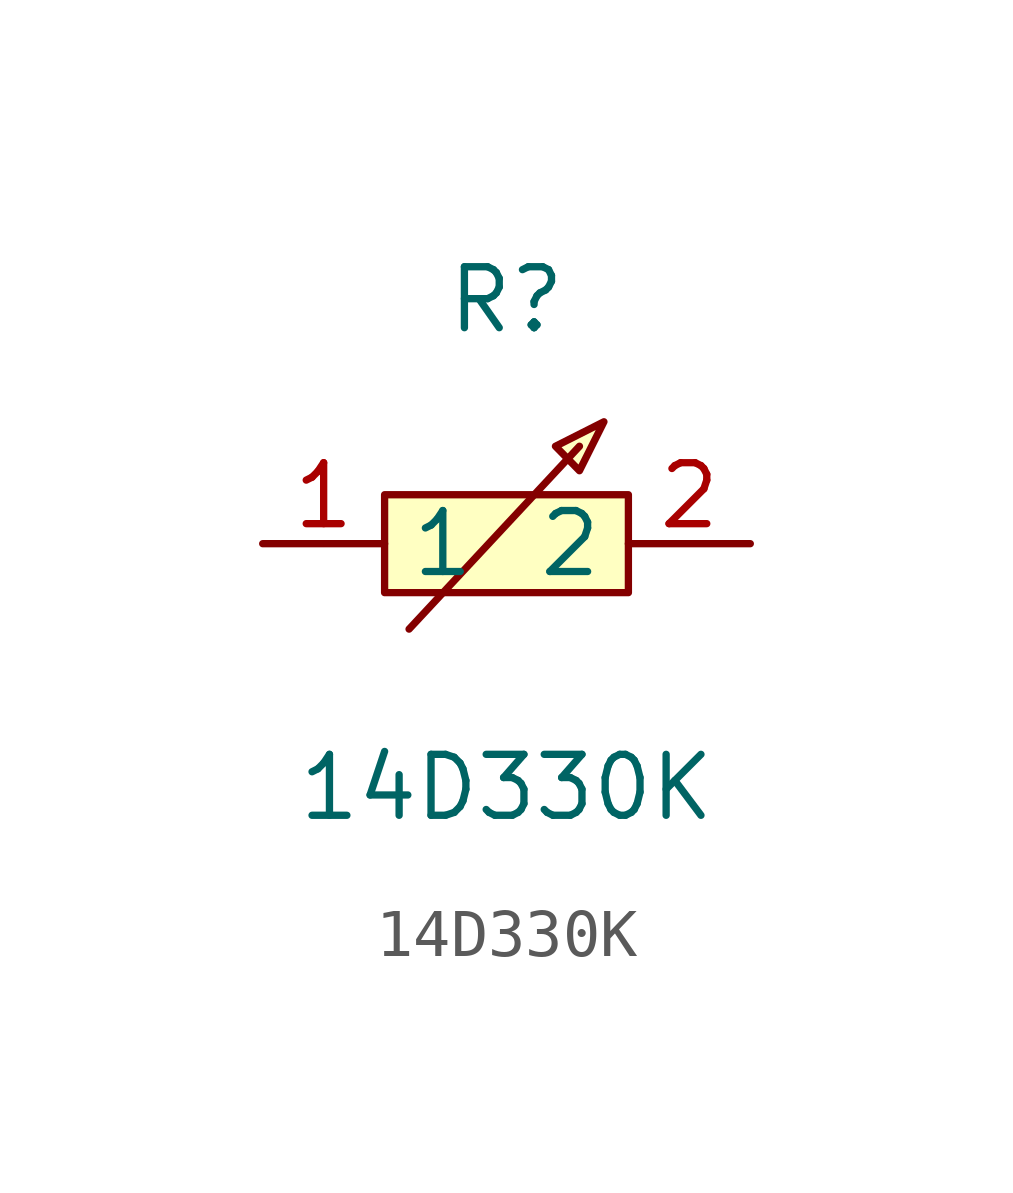
<source format=kicad_sym>
(kicad_symbol_lib
  (version 1)
  (generator "faebryk")
  (symbol "14D330K"
    (property "Reference" "R"
      (at 0 5.08 0)
      (effects (font (size 1.27 1.27)) (hide no)))
    (property "Value" "14D330K"
      (at 0 -5.08 0)
      (effects (font (size 1.27 1.27)) (hide no)))
    (symbol "14D330K_0_1"
      (polyline (stroke (width 0) (type default) (color 0 0 0 0)) (fill (type none)) (pts (xy 1.52 2.03) (xy -2.03 -1.78)))
      (polyline (stroke (width 0) (type default) (color 0 0 0 0)) (fill (type background)) (pts (xy 1.02 2.03) (xy 2.03 2.54) (xy 1.52 1.52) (xy 1.02 2.03)))
      (rectangle (start -2.54 1.02) (end 2.54 -1.02) (stroke (width 0) (type default) (color 0 0 0 0)) (fill (type background)))
      (pin unspecified line (at 5.08 0 180) (length 2.54) (name "2" (effects (font (size 1.27 1.27)) (hide no))) (number "2" (effects (font (size 1.27 1.27)) (hide no))))
      (pin unspecified line (at -5.08 0 0) (length 2.54) (name "1" (effects (font (size 1.27 1.27)) (hide no))) (number "1" (effects (font (size 1.27 1.27)) (hide no)))))))
</source>
